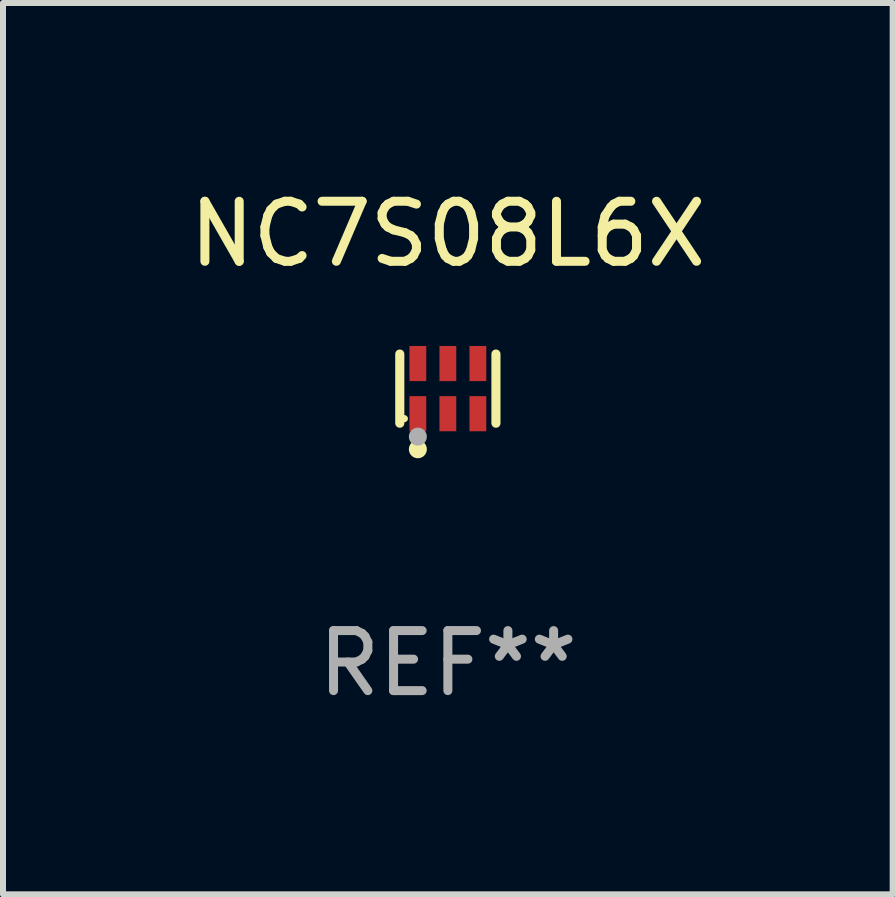
<source format=kicad_pcb>
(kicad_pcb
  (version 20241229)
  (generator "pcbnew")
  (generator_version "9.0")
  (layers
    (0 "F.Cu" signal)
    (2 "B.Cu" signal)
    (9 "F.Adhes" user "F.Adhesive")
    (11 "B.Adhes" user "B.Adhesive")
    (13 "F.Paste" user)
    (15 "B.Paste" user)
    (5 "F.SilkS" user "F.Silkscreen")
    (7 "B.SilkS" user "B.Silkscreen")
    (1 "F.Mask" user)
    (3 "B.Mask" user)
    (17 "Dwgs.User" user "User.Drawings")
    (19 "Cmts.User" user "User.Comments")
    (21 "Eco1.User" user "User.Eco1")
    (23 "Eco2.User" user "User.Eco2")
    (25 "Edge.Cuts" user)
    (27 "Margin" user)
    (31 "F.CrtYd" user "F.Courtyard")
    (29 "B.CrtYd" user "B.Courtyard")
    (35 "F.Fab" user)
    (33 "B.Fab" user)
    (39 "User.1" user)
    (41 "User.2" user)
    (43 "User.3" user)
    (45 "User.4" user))
  (footprint "NC7S08L6X"
    (layer "F.Cu")
    (at 4.411 3.424)
    (property "Reference" "NC7S08L6X" (at 0 -2.576 0) (layer "F.SilkS") (effects (font (size 1 1) (thickness 0.15))))
    (attr through_hole)
    (fp_line (start -0.801 0.576) (end -0.801 -0.576) (stroke (width 0.152) (type solid)) (layer "F.SilkS"))
    (fp_line (start 0.801 0.576) (end 0.801 -0.576) (stroke (width 0.152) (type solid)) (layer "F.SilkS"))
    (fp_circle (center -0.725 0.5) (end -0.695 0.5) (stroke (width 0.06) (type solid)) (fill no) (layer "F.SilkS"))
    (fp_circle (center -0.5 1.01) (end -0.425 1.01) (stroke (width 0.15) (type solid)) (fill no) (layer "F.SilkS"))
    (fp_circle (center -0.5 0.8) (end -0.425 0.8) (stroke (width 0.15) (type solid)) (fill no) (layer "F.Fab"))
    (fp_text user "REF**" (at 0 4.576 0) (layer "F.Fab") (effects (font (size 1 1) (thickness 0.15))))
    (pad "1" smd rect (at -0.5 0.418) (size 0.28 0.585) (layers "F.Cu" "F.Mask" "F.Paste"))
    (pad "2" smd rect (at 0 0.418) (size 0.28 0.585) (layers "F.Cu" "F.Mask" "F.Paste"))
    (pad "3" smd rect (at 0.5 0.418) (size 0.28 0.585) (layers "F.Cu" "F.Mask" "F.Paste"))
    (pad "4" smd rect (at 0.5 -0.418) (size 0.28 0.585) (layers "F.Cu" "F.Mask" "F.Paste"))
    (pad "5" smd rect (at 0 -0.418) (size 0.28 0.585) (layers "F.Cu" "F.Mask" "F.Paste"))
    (pad "6" smd rect (at -0.5 -0.418) (size 0.28 0.585) (layers "F.Cu" "F.Mask" "F.Paste")))
  (gr_rect
    (start -3 -3)
    (end 11.821 11.849)
    (stroke (width 0.1) (type default))
    (fill no)
    (layer "Edge.Cuts")))
</source>
